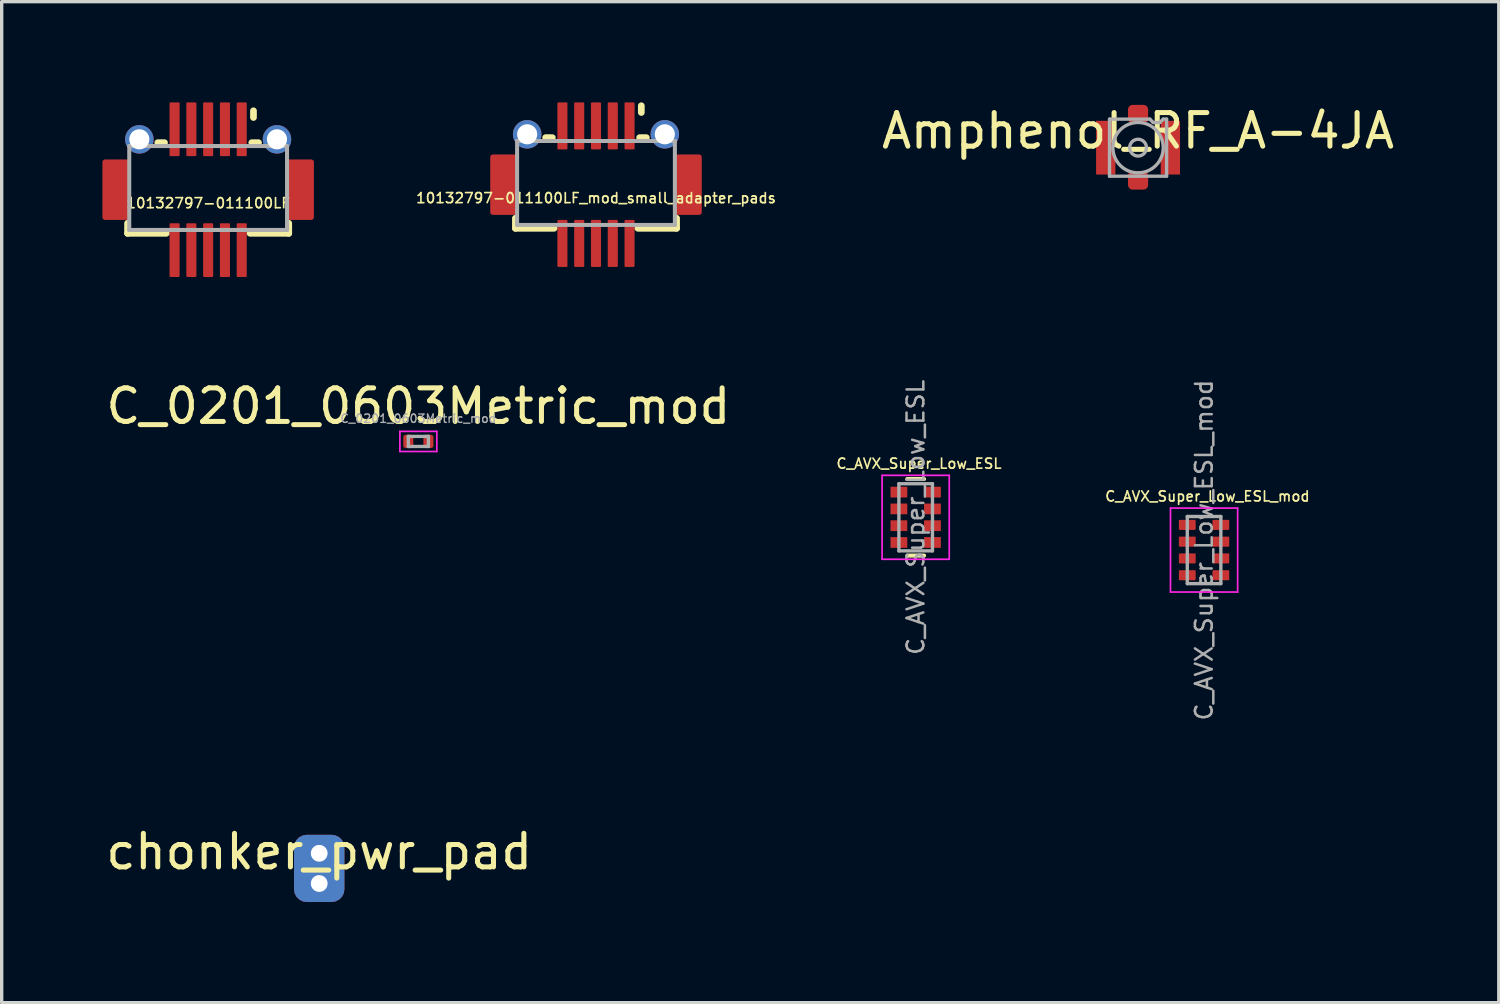
<source format=kicad_pcb>
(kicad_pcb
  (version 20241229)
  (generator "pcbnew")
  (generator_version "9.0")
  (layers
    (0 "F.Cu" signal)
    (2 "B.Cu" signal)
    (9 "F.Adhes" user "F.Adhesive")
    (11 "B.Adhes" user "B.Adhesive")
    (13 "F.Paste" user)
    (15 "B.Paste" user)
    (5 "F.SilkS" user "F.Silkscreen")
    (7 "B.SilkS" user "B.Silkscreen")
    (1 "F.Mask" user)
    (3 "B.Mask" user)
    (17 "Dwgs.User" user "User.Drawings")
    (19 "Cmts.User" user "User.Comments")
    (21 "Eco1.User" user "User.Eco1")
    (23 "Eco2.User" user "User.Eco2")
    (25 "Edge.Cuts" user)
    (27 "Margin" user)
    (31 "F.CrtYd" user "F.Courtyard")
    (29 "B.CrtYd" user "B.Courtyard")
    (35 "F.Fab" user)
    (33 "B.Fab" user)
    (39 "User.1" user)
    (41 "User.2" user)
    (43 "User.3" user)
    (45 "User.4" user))
  (footprint "10132797-011100LF"
    (layer "F.Cu")
    (at 3.15 2.6)
    (property "Reference" "10132797-011100LF" (at 0 0.4 0) (layer "F.SilkS") (effects (font (size 0.3 0.3) (thickness 0.05))))
    (attr smd)
    (fp_line (start -2.4 1.3) (end -2.4 1) (stroke (width 0.2) (type solid)) (layer "F.SilkS"))
    (fp_line (start -2.4 1.3) (end -1.25 1.3) (stroke (width 0.2) (type solid)) (layer "F.SilkS"))
    (fp_line (start -1.3 -1.4) (end -1.5 -1.4) (stroke (width 0.2) (type solid)) (layer "F.SilkS"))
    (fp_line (start 1.35 -2.35) (end 1.35 -2.15) (stroke (width 0.2) (type solid)) (layer "F.SilkS"))
    (fp_line (start 1.5 -1.4) (end 1.3 -1.4) (stroke (width 0.2) (type solid)) (layer "F.SilkS"))
    (fp_line (start 2.4 1) (end 2.4 1.3) (stroke (width 0.2) (type solid)) (layer "F.SilkS"))
    (fp_line (start 2.4 1.3) (end 1.25 1.3) (stroke (width 0.2) (type solid)) (layer "F.SilkS"))
    (fp_line (start -2.35 -1.3) (end 2.35 -1.3) (stroke (width 0.12) (type solid)) (layer "F.Fab"))
    (fp_line (start -2.35 1.2) (end -2.35 -1.3) (stroke (width 0.12) (type solid)) (layer "F.Fab"))
    (fp_line (start 2.35 -1.3) (end 2.35 1.2) (stroke (width 0.12) (type solid)) (layer "F.Fab"))
    (fp_line (start 2.35 1.2) (end -2.35 1.2) (stroke (width 0.12) (type solid)) (layer "F.Fab"))
    (pad "" smd roundrect (at -2.75 0 180) (size 0.8 1.8) (layers "F.Cu" "F.Mask" "F.Paste") (roundrect_rratio 0.1))
    (pad "" thru_hole circle (at -2.05 -1.5) (size 0.85 0.85) (drill 0.6) (layers "*.Cu" "*.Mask"))
    (pad "" thru_hole circle (at 2.05 -1.5) (size 0.85 0.85) (drill 0.6) (layers "*.Cu" "*.Mask"))
    (pad "" smd roundrect (at 2.75 0) (size 0.8 1.8) (layers "F.Cu" "F.Mask" "F.Paste") (roundrect_rratio 0.1))
    (pad "1" smd roundrect (at 1 -1.8 180) (size 0.3 1.6) (layers "F.Cu" "F.Mask" "F.Paste") (roundrect_rratio 0.1))
    (pad "2" smd roundrect (at 0.5 -1.8 180) (size 0.3 1.6) (layers "F.Cu" "F.Mask" "F.Paste") (roundrect_rratio 0.1))
    (pad "3" smd roundrect (at 0 -1.8 180) (size 0.3 1.6) (layers "F.Cu" "F.Mask" "F.Paste") (roundrect_rratio 0.1))
    (pad "4" smd roundrect (at -0.5 -1.8 180) (size 0.3 1.6) (layers "F.Cu" "F.Mask" "F.Paste") (roundrect_rratio 0.1))
    (pad "5" smd roundrect (at -1 -1.8 180) (size 0.3 1.6) (layers "F.Cu" "F.Mask" "F.Paste") (roundrect_rratio 0.1))
    (pad "6" smd roundrect (at -1 1.8) (size 0.3 1.6) (layers "F.Cu" "F.Mask" "F.Paste") (roundrect_rratio 0.1))
    (pad "7" smd roundrect (at -0.5 1.8) (size 0.3 1.6) (layers "F.Cu" "F.Mask" "F.Paste") (roundrect_rratio 0.1))
    (pad "8" smd roundrect (at 0 1.8) (size 0.3 1.6) (layers "F.Cu" "F.Mask" "F.Paste") (roundrect_rratio 0.1))
    (pad "9" smd roundrect (at 0.5 1.8) (size 0.3 1.6) (layers "F.Cu" "F.Mask" "F.Paste") (roundrect_rratio 0.1))
    (pad "10" smd roundrect (at 1 1.8) (size 0.3 1.6) (layers "F.Cu" "F.Mask" "F.Paste") (roundrect_rratio 0.1)))
  (footprint "10132797-011100LF_mod_small_adapter_pads"
    (layer "F.Cu")
    (at 14.702 2.45)
    (property "Reference" "10132797-011100LF_mod_small_adapter_pads" (at 0 0.4 0) (layer "F.SilkS") (effects (font (size 0.3 0.3) (thickness 0.05))))
    (attr through_hole)
    (fp_line (start -2.4 1.3) (end -2.4 1) (stroke (width 0.2) (type solid)) (layer "F.SilkS"))
    (fp_line (start -2.4 1.3) (end -1.25 1.3) (stroke (width 0.2) (type solid)) (layer "F.SilkS"))
    (fp_line (start -1.3 -1.4) (end -1.5 -1.4) (stroke (width 0.2) (type solid)) (layer "F.SilkS"))
    (fp_line (start 1.35 -2.35) (end 1.35 -2.15) (stroke (width 0.2) (type solid)) (layer "F.SilkS"))
    (fp_line (start 1.5 -1.4) (end 1.3 -1.4) (stroke (width 0.2) (type solid)) (layer "F.SilkS"))
    (fp_line (start 2.4 1) (end 2.4 1.3) (stroke (width 0.2) (type solid)) (layer "F.SilkS"))
    (fp_line (start 2.4 1.3) (end 1.25 1.3) (stroke (width 0.2) (type solid)) (layer "F.SilkS"))
    (fp_line (start -2.35 -1.3) (end 2.35 -1.3) (stroke (width 0.12) (type solid)) (layer "F.Fab"))
    (fp_line (start -2.35 1.2) (end -2.35 -1.3) (stroke (width 0.12) (type solid)) (layer "F.Fab"))
    (fp_line (start 2.35 -1.3) (end 2.35 1.2) (stroke (width 0.12) (type solid)) (layer "F.Fab"))
    (fp_line (start 2.35 1.2) (end -2.35 1.2) (stroke (width 0.12) (type solid)) (layer "F.Fab"))
    (pad "" smd roundrect (at -2.75 0 180) (size 0.8 1.8) (layers "F.Cu" "F.Mask" "F.Paste") (roundrect_rratio 0.1))
    (pad "" thru_hole circle (at -2.05 -1.5) (size 0.85 0.85) (drill 0.6) (layers "*.Cu" "*.Mask"))
    (pad "" thru_hole circle (at 2.05 -1.5) (size 0.85 0.85) (drill 0.6) (layers "*.Cu" "*.Mask"))
    (pad "" smd roundrect (at 2.75 0) (size 0.8 1.8) (layers "F.Cu" "F.Mask" "F.Paste") (roundrect_rratio 0.1))
    (pad "1" smd roundrect (at 1 -1.75 180) (size 0.3 1.4) (layers "F.Cu" "F.Mask" "F.Paste") (roundrect_rratio 0.1))
    (pad "2" smd roundrect (at 0.5 -1.75 180) (size 0.3 1.4) (layers "F.Cu" "F.Mask" "F.Paste") (roundrect_rratio 0.1))
    (pad "3" smd roundrect (at 0 -1.75 180) (size 0.3 1.4) (layers "F.Cu" "F.Mask" "F.Paste") (roundrect_rratio 0.1))
    (pad "4" smd roundrect (at -0.5 -1.75 180) (size 0.3 1.4) (layers "F.Cu" "F.Mask" "F.Paste") (roundrect_rratio 0.1))
    (pad "5" smd roundrect (at -1 -1.75 180) (size 0.3 1.4) (layers "F.Cu" "F.Mask" "F.Paste") (roundrect_rratio 0.1))
    (pad "6" smd roundrect (at -1 1.75 180) (size 0.3 1.4) (layers "F.Cu" "F.Mask" "F.Paste") (roundrect_rratio 0.1))
    (pad "7" smd roundrect (at -0.5 1.75 180) (size 0.3 1.4) (layers "F.Cu" "F.Mask" "F.Paste") (roundrect_rratio 0.1))
    (pad "8" smd roundrect (at 0 1.75 180) (size 0.3 1.4) (layers "F.Cu" "F.Mask" "F.Paste") (roundrect_rratio 0.1))
    (pad "9" smd roundrect (at 0.5 1.75 180) (size 0.3 1.4) (layers "F.Cu" "F.Mask" "F.Paste") (roundrect_rratio 0.1))
    (pad "10" smd roundrect (at 1 1.75 180) (size 0.3 1.4) (layers "F.Cu" "F.Mask" "F.Paste") (roundrect_rratio 0.1)))
  (footprint "chonker_pwr_pad"
    (layer "F.Cu")
    (at 6.458 22.816)
    (property "Reference" "chonker_pwr_pad" (at 0 -0.5 0) (unlocked yes) (layer "F.SilkS") (effects (font (size 1 1) (thickness 0.15))))
    (attr exclude_from_pos_files exclude_from_bom)
    (pad "1" thru_hole roundrect (at 0 -0.45) (size 1.5 2) (drill 0.5 (offset 0 0.45)) (layers "*.Cu" "*.Mask") (roundrect_rratio 0.25))
    (pad "1" thru_hole circle (at 0 0.45) (size 1 1) (drill 0.5) (layers "*.Cu" "*.Mask")))
  (footprint "Amphenol_RF_A-4JA"
    (layer "F.Cu")
    (at 30.848 1.348)
    (property "Reference" "Amphenol_RF_A-4JA" (at 0 -0.5 0) (unlocked yes) (layer "F.SilkS") (effects (font (size 1 1) (thickness 0.15))))
    (attr smd)
    (fp_line (start -0.85 -0.85) (end 0.35 -0.85) (stroke (width 0.1) (type solid)) (layer "F.Fab"))
    (fp_line (start -0.85 0.85) (end -0.85 -0.85) (stroke (width 0.1) (type solid)) (layer "F.Fab"))
    (fp_line (start 0.35 -0.85) (end 0.45 -0.75) (stroke (width 0.1) (type solid)) (layer "F.Fab"))
    (fp_line (start 0.45 -0.75) (end 0.65 -0.75) (stroke (width 0.1) (type solid)) (layer "F.Fab"))
    (fp_line (start 0.65 -0.75) (end 0.75 -0.85) (stroke (width 0.1) (type solid)) (layer "F.Fab"))
    (fp_line (start 0.75 -0.85) (end 0.85 -0.85) (stroke (width 0.1) (type solid)) (layer "F.Fab"))
    (fp_line (start 0.85 -0.85) (end 0.85 0.85) (stroke (width 0.1) (type solid)) (layer "F.Fab"))
    (fp_line (start 0.85 0.85) (end -0.85 0.85) (stroke (width 0.1) (type solid)) (layer "F.Fab"))
    (fp_circle (center 0 0) (end 0.25 0) (stroke (width 0.1) (type solid)) (fill no) (layer "F.Fab"))
    (fp_circle (center 0 0) (end 0.75 0) (stroke (width 0.1) (type solid)) (fill no) (layer "F.Fab"))
    (pad "1" smd roundrect (at 0 0.975) (size 0.6 0.55) (layers "F.Cu" "F.Mask" "F.Paste") (roundrect_rratio 0.25))
    (pad "2" smd custom (at -1 0) (size 0.5 0.5) (layers "F.Cu" "F.Mask" "F.Paste") (options (anchor circle)) (primitives (gr_poly (pts (xy -0.25 -0.125) (xy -0.24 -0.173) (xy -0.213 -0.213) (xy -0.173 -0.24) (xy -0.125 -0.25) (xy 0.125 -0.25) (xy 0.173 -0.24) (xy 0.213 -0.213) (xy 0.24 -0.173) (xy 0.25 -0.125) (xy 0.25 0.125) (xy 0.24 0.173) (xy 0.213 0.213) (xy 0.173 0.24) (xy 0.125 0.25) (xy -0.125 0.25) (xy -0.173 0.24) (xy -0.213 0.213) (xy -0.24 0.173) (xy -0.25 0.125)) (width 0) (fill yes)) (gr_poly (pts (xy 0.325 -0.275) (xy 0.25 -0.2) (xy 0.25 0.2) (xy 0.325 0.275) (xy 0.325 0.8) (xy -0.25 0.8) (xy -0.25 -0.8) (xy 0.325 -0.8)) (width 0) (fill yes))))
    (pad "2" smd roundrect (at 0 -1) (size 0.6 0.55) (layers "F.Cu" "F.Mask" "F.Paste") (roundrect_rratio 0.25))
    (pad "2" smd custom (at 1 0) (size 0.5 0.5) (layers "F.Cu" "F.Mask" "F.Paste") (options (anchor circle)) (primitives (gr_poly (pts (xy -0.25 -0.125) (xy -0.24 -0.173) (xy -0.213 -0.213) (xy -0.173 -0.24) (xy -0.125 -0.25) (xy 0.125 -0.25) (xy 0.173 -0.24) (xy 0.213 -0.213) (xy 0.24 -0.173) (xy 0.25 -0.125) (xy 0.25 0.125) (xy 0.24 0.173) (xy 0.213 0.213) (xy 0.173 0.24) (xy 0.125 0.25) (xy -0.125 0.25) (xy -0.173 0.24) (xy -0.213 0.213) (xy -0.24 0.173) (xy -0.25 0.125)) (width 0) (fill yes)) (gr_poly (pts (xy -0.325 0.275) (xy -0.25 0.2) (xy -0.25 -0.2) (xy -0.325 -0.275) (xy -0.325 -0.8) (xy 0.25 -0.8) (xy 0.25 0.8) (xy -0.325 0.8)) (width 0) (fill yes)))))
  (footprint "C_AVX_Super_Low_ESL_mod"
    (layer "F.Cu")
    (at 32.814 13.334)
    (property "Reference" "C_AVX_Super_Low_ESL_mod" (at 0.1 -1.6 0) (layer "F.SilkS") (effects (font (size 0.3 0.3) (thickness 0.05))))
    (attr smd)
    (fp_line (start -1 -1.25) (end -1 1.25) (stroke (width 0.05) (type solid)) (layer "F.CrtYd"))
    (fp_line (start -1 -1.25) (end 1 -1.25) (stroke (width 0.05) (type solid)) (layer "F.CrtYd"))
    (fp_line (start 1 1.25) (end -1 1.25) (stroke (width 0.05) (type solid)) (layer "F.CrtYd"))
    (fp_line (start 1 1.25) (end 1 -1.25) (stroke (width 0.05) (type solid)) (layer "F.CrtYd"))
    (fp_line (start -0.5 -1) (end 0.5 -1) (stroke (width 0.1) (type solid)) (layer "F.Fab"))
    (fp_line (start -0.5 1) (end -0.5 -1) (stroke (width 0.1) (type solid)) (layer "F.Fab"))
    (fp_line (start 0.5 -1) (end 0.5 1) (stroke (width 0.1) (type solid)) (layer "F.Fab"))
    (fp_line (start 0.5 1) (end -0.5 1) (stroke (width 0.1) (type solid)) (layer "F.Fab"))
    (fp_text user "${REFERENCE}" (at 0 0 90) (layer "F.Fab") (effects (font (size 0.5 0.5) (thickness 0.075))))
    (pad "1" smd roundrect (at -0.5 -0.75) (size 0.5 0.3) (layers "F.Cu" "F.Mask" "F.Paste") (roundrect_rratio 0.1))
    (pad "1" smd roundrect (at -0.5 0.25) (size 0.5 0.3) (layers "F.Cu" "F.Mask" "F.Paste") (roundrect_rratio 0.1))
    (pad "1" smd roundrect (at 0.5 -0.25) (size 0.5 0.3) (layers "F.Cu" "F.Mask" "F.Paste") (roundrect_rratio 0.1))
    (pad "1" smd roundrect (at 0.5 0.75) (size 0.5 0.3) (layers "F.Cu" "F.Mask" "F.Paste") (roundrect_rratio 0.1))
    (pad "2" smd roundrect (at -0.5 -0.25) (size 0.5 0.3) (layers "F.Cu" "F.Mask" "F.Paste") (roundrect_rratio 0.1))
    (pad "2" smd roundrect (at -0.5 0.75) (size 0.5 0.3) (layers "F.Cu" "F.Mask" "F.Paste") (roundrect_rratio 0.1))
    (pad "2" smd roundrect (at 0.5 -0.75) (size 0.5 0.3) (layers "F.Cu" "F.Mask" "F.Paste") (roundrect_rratio 0.1))
    (pad "2" smd roundrect (at 0.5 0.25) (size 0.5 0.3) (layers "F.Cu" "F.Mask" "F.Paste") (roundrect_rratio 0.1)))
  (footprint "C_AVX_Super_Low_ESL"
    (layer "F.Cu")
    (at 24.124 12.358)
    (property "Reference" "C_AVX_Super_Low_ESL" (at 0.2 -1.6 0) (layer "F.SilkS") (effects (font (size 0.3 0.3) (thickness 0.05))))
    (attr smd)
    (fp_line (start 0.35 -1.14) (end -0.15 -1.14) (stroke (width 0.12) (type solid)) (layer "F.SilkS"))
    (fp_line (start 0.35 1.14) (end -0.15 1.14) (stroke (width 0.12) (type solid)) (layer "F.SilkS"))
    (fp_line (start -0.9 -1.25) (end -0.9 1.25) (stroke (width 0.05) (type solid)) (layer "F.CrtYd"))
    (fp_line (start -0.9 -1.25) (end 1.1 -1.25) (stroke (width 0.05) (type solid)) (layer "F.CrtYd"))
    (fp_line (start 1.1 1.25) (end -0.9 1.25) (stroke (width 0.05) (type solid)) (layer "F.CrtYd"))
    (fp_line (start 1.1 1.25) (end 1.1 -1.25) (stroke (width 0.05) (type solid)) (layer "F.CrtYd"))
    (fp_line (start -0.4 -1) (end 0.6 -1) (stroke (width 0.1) (type solid)) (layer "F.Fab"))
    (fp_line (start -0.4 1) (end -0.4 -1) (stroke (width 0.1) (type solid)) (layer "F.Fab"))
    (fp_line (start 0.6 -1) (end 0.6 1) (stroke (width 0.1) (type solid)) (layer "F.Fab"))
    (fp_line (start 0.6 1) (end -0.4 1) (stroke (width 0.1) (type solid)) (layer "F.Fab"))
    (fp_text user "${REFERENCE}" (at 0.1 0 90) (layer "F.Fab") (effects (font (size 0.5 0.5) (thickness 0.075))))
    (pad "1" smd rect (at -0.4 -0.75) (size 0.5 0.32) (layers "F.Cu" "F.Mask" "F.Paste"))
    (pad "1" smd rect (at -0.4 0.25) (size 0.5 0.32) (layers "F.Cu" "F.Mask" "F.Paste"))
    (pad "1" smd rect (at 0.6 -0.25) (size 0.5 0.32) (layers "F.Cu" "F.Mask" "F.Paste"))
    (pad "1" smd rect (at 0.6 0.75) (size 0.5 0.32) (layers "F.Cu" "F.Mask" "F.Paste"))
    (pad "2" smd rect (at -0.4 -0.25) (size 0.5 0.32) (layers "F.Cu" "F.Mask" "F.Paste"))
    (pad "2" smd rect (at -0.4 0.75) (size 0.5 0.32) (layers "F.Cu" "F.Mask" "F.Paste"))
    (pad "2" smd rect (at 0.6 -0.75) (size 0.5 0.32) (layers "F.Cu" "F.Mask" "F.Paste"))
    (pad "2" smd rect (at 0.6 0.25) (size 0.5 0.32) (layers "F.Cu" "F.Mask" "F.Paste")))
  (footprint "C_0201_0603Metric_mod"
    (layer "F.Cu")
    (at 9.411 10.098)
    (property "Reference" "C_0201_0603Metric_mod" (at 0 -1.05 0) (layer "F.SilkS") (effects (font (size 1 1) (thickness 0.15))))
    (attr smd)
    (fp_line (start -0.55 -0.3) (end 0.55 -0.3) (stroke (width 0.05) (type solid)) (layer "F.CrtYd"))
    (fp_line (start -0.55 0.3) (end -0.55 -0.3) (stroke (width 0.05) (type solid)) (layer "F.CrtYd"))
    (fp_line (start 0.55 -0.3) (end 0.55 0.3) (stroke (width 0.05) (type solid)) (layer "F.CrtYd"))
    (fp_line (start 0.55 0.3) (end -0.55 0.3) (stroke (width 0.05) (type solid)) (layer "F.CrtYd"))
    (fp_line (start -0.3 -0.15) (end 0.3 -0.15) (stroke (width 0.1) (type solid)) (layer "F.Fab"))
    (fp_line (start -0.3 0.15) (end -0.3 -0.15) (stroke (width 0.1) (type solid)) (layer "F.Fab"))
    (fp_line (start 0.3 -0.15) (end 0.3 0.15) (stroke (width 0.1) (type solid)) (layer "F.Fab"))
    (fp_line (start 0.3 0.15) (end -0.3 0.15) (stroke (width 0.1) (type solid)) (layer "F.Fab"))
    (fp_text user "${REFERENCE}" (at 0 -0.68 0) (layer "F.Fab") (effects (font (size 0.25 0.25) (thickness 0.04))))
    (pad "1" smd roundrect (at -0.3 0) (size 0.3 0.4) (layers "F.Cu" "F.Mask" "F.Paste") (roundrect_rratio 0.25))
    (pad "2" smd roundrect (at 0.3 0) (size 0.3 0.4) (layers "F.Cu" "F.Mask" "F.Paste") (roundrect_rratio 0.25)))
  (gr_rect
    (start -3 -3)
    (end 41.592 26.816)
    (stroke (width 0.1) (type default))
    (fill no)
    (layer "Edge.Cuts")))
</source>
